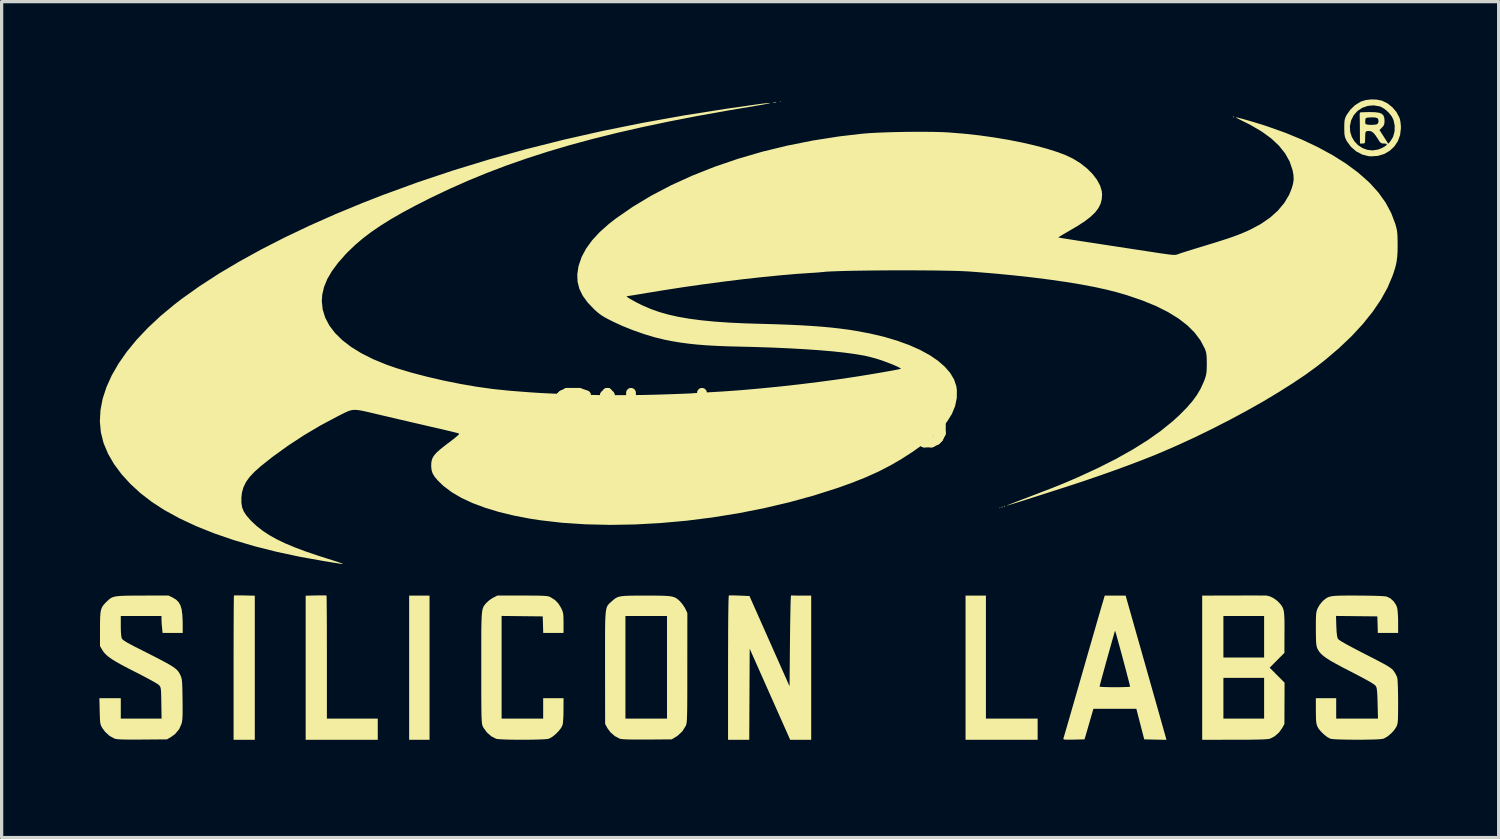
<source format=kicad_pcb>
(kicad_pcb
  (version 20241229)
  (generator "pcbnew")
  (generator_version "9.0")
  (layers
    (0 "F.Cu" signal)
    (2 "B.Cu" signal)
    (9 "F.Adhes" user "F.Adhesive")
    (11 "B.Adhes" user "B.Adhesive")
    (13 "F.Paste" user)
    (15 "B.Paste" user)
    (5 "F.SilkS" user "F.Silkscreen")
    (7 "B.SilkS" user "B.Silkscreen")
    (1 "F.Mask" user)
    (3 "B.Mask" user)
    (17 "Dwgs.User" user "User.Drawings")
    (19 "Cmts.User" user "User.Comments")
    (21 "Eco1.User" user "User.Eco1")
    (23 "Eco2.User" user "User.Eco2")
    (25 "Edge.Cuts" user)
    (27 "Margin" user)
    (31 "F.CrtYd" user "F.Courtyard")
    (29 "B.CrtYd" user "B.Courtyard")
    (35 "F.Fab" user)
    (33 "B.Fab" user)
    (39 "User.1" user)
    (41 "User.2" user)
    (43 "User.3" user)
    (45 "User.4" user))
  (footprint "SilabsLogo"
    (layer "F.Cu")
    (at 19.94 9.838)
    (property "Reference" "SilabsLogo" (at 0 0 0) (layer "F.SilkS") (effects (font (size 1.524 1.524) (thickness 0.3))))
    (attr board_only exclude_from_pos_files exclude_from_bom)
    (fp_poly (pts (xy -9.811 9.811) (xy -10.436 9.811) (xy -10.436 5.387) (xy -9.811 5.387)) (stroke (width 0) (type solid)) (fill yes) (layer "F.SilkS"))
    (fp_poly (pts (xy 0.963 -9.772) (xy 0.95 -9.759) (xy 0.937 -9.772) (xy 0.95 -9.785)) (stroke (width 0) (type solid)) (fill yes) (layer "F.SilkS"))
    (fp_poly (pts (xy 7.703 2.694) (xy 7.69 2.707) (xy 7.677 2.694) (xy 7.69 2.681)) (stroke (width 0) (type solid)) (fill yes) (layer "F.SilkS"))
    (fp_poly (pts (xy 7.261 9.161) (xy 8.848 9.161) (xy 8.848 9.811) (xy 6.636 9.811) (xy 6.636 5.387) (xy 7.261 5.387)) (stroke (width 0) (type solid)) (fill yes) (layer "F.SilkS"))
    (fp_poly (pts (xy 7.773 2.663) (xy 7.769 2.679) (xy 7.755 2.681) (xy 7.734 2.671) (xy 7.738 2.663) (xy 7.769 2.66)) (stroke (width 0) (type solid)) (fill yes) (layer "F.SilkS"))
    (fp_poly (pts (xy 7.851 2.637) (xy 7.847 2.653) (xy 7.833 2.655) (xy 7.812 2.645) (xy 7.816 2.637) (xy 7.847 2.634)) (stroke (width 0) (type solid)) (fill yes) (layer "F.SilkS"))
    (fp_poly (pts (xy 14.877 -9.308) (xy 14.874 -9.293) (xy 14.86 -9.291) (xy 14.839 -9.3) (xy 14.843 -9.308) (xy 14.874 -9.311)) (stroke (width 0) (type solid)) (fill yes) (layer "F.SilkS"))
    (fp_poly (pts (xy 0.826 -9.751) (xy 0.834 -9.744) (xy 0.798 -9.739) (xy 0.781 -9.739) (xy 0.733 -9.742) (xy 0.728 -9.749) (xy 0.735 -9.751) (xy 0.801 -9.755)) (stroke (width 0) (type solid)) (fill yes) (layer "F.SilkS"))
    (fp_poly (pts (xy -15.612 5.38) (xy -15.49 5.382) (xy -15.487 5.382) (xy -15.172 5.39) (xy -15.172 9.811) (xy -15.823 9.811) (xy -15.823 7.604) (xy -15.823 7.269) (xy -15.822 6.95) (xy -15.822 6.65) (xy -15.821 6.372) (xy -15.82 6.121) (xy -15.819 5.901) (xy -15.818 5.715) (xy -15.816 5.566) (xy -15.815 5.46) (xy -15.813 5.398) (xy -15.812 5.385) (xy -15.784 5.381) (xy -15.713 5.38)) (stroke (width 0) (type solid)) (fill yes) (layer "F.SilkS"))
    (fp_poly (pts (xy -13.001 5.381) (xy -12.971 5.385) (xy -12.971 5.385) (xy -12.969 5.412) (xy -12.968 5.487) (xy -12.966 5.606) (xy -12.965 5.765) (xy -12.963 5.959) (xy -12.962 6.184) (xy -12.961 6.437) (xy -12.961 6.713) (xy -12.96 7.008) (xy -12.96 7.278) (xy -12.96 9.161) (xy -11.399 9.161) (xy -11.399 9.811) (xy -13.611 9.811) (xy -13.611 5.39) (xy -13.296 5.382) (xy -13.174 5.38) (xy -13.072 5.38)) (stroke (width 0) (type solid)) (fill yes) (layer "F.SilkS"))
    (fp_poly (pts (xy -0.515 5.38) (xy -0.41 5.383) (xy -0.297 5.387) (xy 0.006 5.4) (xy 0.621 6.785) (xy 1.236 8.17) (xy 1.249 6.772) (xy 1.252 6.508) (xy 1.255 6.26) (xy 1.259 6.034) (xy 1.263 5.834) (xy 1.267 5.664) (xy 1.271 5.53) (xy 1.276 5.436) (xy 1.28 5.387) (xy 1.282 5.381) (xy 1.314 5.383) (xy 1.387 5.385) (xy 1.49 5.387) (xy 1.601 5.387) (xy 1.9 5.387) (xy 1.9 9.811) (xy 1.255 9.811) (xy 0.634 8.414) (xy 0.013 7.017) (xy 0.006 8.414) (xy -0.000452 9.811) (xy -0.651 9.811) (xy -0.651 7.601) (xy -0.65 7.177) (xy -0.649 6.794) (xy -0.648 6.455) (xy -0.646 6.16) (xy -0.643 5.91) (xy -0.64 5.708) (xy -0.637 5.553) (xy -0.633 5.447) (xy -0.628 5.391) (xy -0.625 5.383) (xy -0.59 5.38)) (stroke (width 0) (type solid)) (fill yes) (layer "F.SilkS"))
    (fp_poly (pts (xy 15.466 5.383) (xy 15.624 5.384) (xy 15.75 5.384) (xy 15.835 5.385) (xy 15.875 5.386) (xy 15.982 5.413) (xy 16.099 5.473) (xy 16.209 5.556) (xy 16.253 5.6) (xy 16.304 5.658) (xy 16.343 5.711) (xy 16.373 5.768) (xy 16.395 5.834) (xy 16.409 5.918) (xy 16.417 6.027) (xy 16.422 6.167) (xy 16.423 6.347) (xy 16.422 6.516) (xy 16.42 7.144) (xy 15.967 7.599) (xy 16.425 8.059) (xy 16.42 9.326) (xy 16.35 9.453) (xy 16.251 9.59) (xy 16.122 9.703) (xy 15.984 9.775) (xy 15.944 9.784) (xy 15.879 9.792) (xy 15.785 9.798) (xy 15.658 9.803) (xy 15.494 9.806) (xy 15.288 9.809) (xy 15.036 9.81) (xy 14.893 9.81) (xy 13.897 9.811) (xy 13.897 9.161) (xy 14.548 9.161) (xy 15.797 9.161) (xy 15.797 7.911) (xy 14.548 7.911) (xy 14.548 9.161) (xy 13.897 9.161) (xy 13.897 7.287) (xy 14.548 7.287) (xy 15.797 7.287) (xy 15.797 6.012) (xy 14.548 6.012) (xy 14.548 7.287) (xy 13.897 7.287) (xy 13.897 5.387) (xy 14.854 5.384) (xy 15.074 5.384) (xy 15.28 5.383)) (stroke (width 0) (type solid)) (fill yes) (layer "F.SilkS"))
    (fp_poly (pts (xy -2.939 5.387) (xy -2.749 5.389) (xy -2.598 5.393) (xy -2.48 5.401) (xy -2.389 5.413) (xy -2.318 5.431) (xy -2.261 5.455) (xy -2.211 5.487) (xy -2.162 5.529) (xy -2.124 5.564) (xy -2.052 5.648) (xy -1.984 5.749) (xy -1.962 5.79) (xy -1.9 5.921) (xy -1.901 7.599) (xy -1.901 7.938) (xy -1.901 8.228) (xy -1.902 8.474) (xy -1.903 8.68) (xy -1.904 8.85) (xy -1.907 8.988) (xy -1.91 9.097) (xy -1.913 9.182) (xy -1.918 9.247) (xy -1.924 9.296) (xy -1.931 9.332) (xy -1.939 9.36) (xy -1.948 9.382) (xy -2.053 9.551) (xy -2.197 9.686) (xy -2.26 9.727) (xy -2.381 9.798) (xy -3.136 9.804) (xy -3.387 9.804) (xy -3.589 9.803) (xy -3.746 9.8) (xy -3.861 9.794) (xy -3.937 9.786) (xy -3.974 9.778) (xy -4.122 9.7) (xy -4.252 9.589) (xy -4.349 9.461) (xy -4.352 9.456) (xy -4.423 9.325) (xy -4.423 9.161) (xy -3.8 9.161) (xy -2.524 9.161) (xy -2.524 6.012) (xy -3.8 6.012) (xy -3.8 9.161) (xy -4.423 9.161) (xy -4.425 7.591) (xy -4.425 7.238) (xy -4.425 6.932) (xy -4.425 6.671) (xy -4.424 6.451) (xy -4.422 6.267) (xy -4.418 6.115) (xy -4.411 5.993) (xy -4.403 5.895) (xy -4.391 5.818) (xy -4.376 5.758) (xy -4.357 5.711) (xy -4.334 5.674) (xy -4.307 5.642) (xy -4.275 5.611) (xy -4.237 5.578) (xy -4.215 5.558) (xy -4.162 5.512) (xy -4.113 5.474) (xy -4.063 5.445) (xy -4.004 5.423) (xy -3.93 5.408) (xy -3.835 5.397) (xy -3.712 5.391) (xy -3.555 5.388) (xy -3.358 5.387) (xy -3.175 5.387)) (stroke (width 0) (type solid)) (fill yes) (layer "F.SilkS"))
    (fp_poly (pts (xy -6.959 5.385) (xy -6.734 5.386) (xy -6.554 5.387) (xy -6.415 5.39) (xy -6.31 5.394) (xy -6.232 5.4) (xy -6.177 5.407) (xy -6.137 5.418) (xy -6.109 5.43) (xy -5.965 5.519) (xy -5.859 5.627) (xy -5.778 5.758) (xy -5.744 5.829) (xy -5.722 5.89) (xy -5.708 5.954) (xy -5.702 6.035) (xy -5.7 6.148) (xy -5.699 6.224) (xy -5.699 6.532) (xy -6.322 6.532) (xy -6.33 6.278) (xy -6.337 6.025) (xy -6.968 6.018) (xy -7.599 6.011) (xy -7.599 9.161) (xy -6.324 9.161) (xy -6.324 8.536) (xy -5.699 8.536) (xy -5.7 8.894) (xy -5.702 9.035) (xy -5.707 9.166) (xy -5.716 9.275) (xy -5.726 9.346) (xy -5.728 9.354) (xy -5.771 9.444) (xy -5.848 9.544) (xy -5.944 9.641) (xy -6.046 9.722) (xy -6.142 9.774) (xy -6.158 9.78) (xy -6.216 9.789) (xy -6.317 9.797) (xy -6.452 9.802) (xy -6.612 9.807) (xy -6.788 9.809) (xy -6.973 9.81) (xy -7.157 9.809) (xy -7.332 9.807) (xy -7.49 9.802) (xy -7.62 9.796) (xy -7.716 9.789) (xy -7.768 9.78) (xy -7.916 9.703) (xy -8.049 9.587) (xy -8.153 9.445) (xy -8.173 9.408) (xy -8.183 9.385) (xy -8.191 9.359) (xy -8.198 9.326) (xy -8.204 9.281) (xy -8.209 9.222) (xy -8.213 9.143) (xy -8.217 9.041) (xy -8.219 8.912) (xy -8.221 8.752) (xy -8.222 8.558) (xy -8.223 8.324) (xy -8.223 8.048) (xy -8.223 7.725) (xy -8.223 7.596) (xy -8.223 7.246) (xy -8.223 6.945) (xy -8.223 6.687) (xy -8.222 6.47) (xy -8.219 6.289) (xy -8.215 6.141) (xy -8.21 6.02) (xy -8.202 5.925) (xy -8.192 5.849) (xy -8.179 5.791) (xy -8.163 5.745) (xy -8.144 5.707) (xy -8.122 5.675) (xy -8.095 5.643) (xy -8.064 5.608) (xy -8.064 5.608) (xy -7.989 5.539) (xy -7.896 5.473) (xy -7.853 5.449) (xy -7.725 5.384)) (stroke (width 0) (type solid)) (fill yes) (layer "F.SilkS"))
    (fp_poly (pts (xy 11.72 5.992) (xy 11.779 6.201) (xy 11.845 6.435) (xy 11.917 6.688) (xy 11.994 6.957) (xy 12.073 7.236) (xy 12.154 7.521) (xy 12.235 7.808) (xy 12.315 8.091) (xy 12.393 8.366) (xy 12.467 8.628) (xy 12.536 8.872) (xy 12.599 9.095) (xy 12.654 9.291) (xy 12.701 9.455) (xy 12.737 9.584) (xy 12.762 9.672) (xy 12.774 9.714) (xy 12.774 9.714) (xy 12.8 9.813) (xy 12.46 9.806) (xy 12.119 9.798) (xy 11.998 9.33) (xy 11.877 8.861) (xy 10.559 8.861) (xy 10.423 9.33) (xy 10.287 9.798) (xy 9.956 9.806) (xy 9.82 9.808) (xy 9.728 9.808) (xy 9.672 9.804) (xy 9.644 9.795) (xy 9.637 9.781) (xy 9.64 9.767) (xy 9.657 9.709) (xy 9.687 9.607) (xy 9.73 9.461) (xy 9.785 9.269) (xy 9.854 9.031) (xy 9.936 8.747) (xy 10.032 8.414) (xy 10.1 8.178) (xy 10.748 8.178) (xy 10.773 8.184) (xy 10.841 8.19) (xy 10.945 8.194) (xy 11.077 8.197) (xy 11.217 8.198) (xy 11.366 8.197) (xy 11.496 8.194) (xy 11.598 8.191) (xy 11.664 8.186) (xy 11.685 8.181) (xy 11.679 8.149) (xy 11.661 8.075) (xy 11.633 7.966) (xy 11.597 7.83) (xy 11.556 7.672) (xy 11.51 7.5) (xy 11.463 7.322) (xy 11.415 7.144) (xy 11.368 6.972) (xy 11.325 6.815) (xy 11.287 6.678) (xy 11.257 6.57) (xy 11.235 6.496) (xy 11.224 6.465) (xy 11.224 6.464) (xy 11.215 6.491) (xy 11.194 6.56) (xy 11.164 6.666) (xy 11.126 6.8) (xy 11.082 6.956) (xy 11.034 7.128) (xy 10.984 7.306) (xy 10.934 7.486) (xy 10.887 7.659) (xy 10.843 7.818) (xy 10.805 7.956) (xy 10.776 8.067) (xy 10.756 8.143) (xy 10.748 8.177) (xy 10.748 8.178) (xy 10.1 8.178) (xy 10.141 8.034) (xy 10.265 7.604) (xy 10.318 7.417) (xy 10.4 7.132) (xy 10.48 6.856) (xy 10.555 6.594) (xy 10.625 6.352) (xy 10.687 6.135) (xy 10.742 5.947) (xy 10.787 5.793) (xy 10.82 5.678) (xy 10.841 5.608) (xy 10.843 5.602) (xy 10.907 5.387) (xy 11.548 5.387)) (stroke (width 0) (type solid)) (fill yes) (layer "F.SilkS"))
    (fp_poly (pts (xy -17.686 5.45) (xy -17.587 5.511) (xy -17.511 5.586) (xy -17.455 5.684) (xy -17.417 5.811) (xy -17.395 5.973) (xy -17.385 6.177) (xy -17.385 6.265) (xy -17.384 6.532) (xy -18.002 6.532) (xy -18.018 6.372) (xy -18.028 6.266) (xy -18.034 6.165) (xy -18.035 6.112) (xy -18.035 6.012) (xy -19.284 6.012) (xy -19.284 6.323) (xy -19.282 6.465) (xy -19.274 6.584) (xy -19.263 6.669) (xy -19.254 6.701) (xy -19.231 6.731) (xy -19.185 6.768) (xy -19.109 6.816) (xy -19 6.877) (xy -18.852 6.955) (xy -18.727 7.018) (xy -18.463 7.151) (xy -18.242 7.264) (xy -18.058 7.359) (xy -17.91 7.438) (xy -17.791 7.505) (xy -17.697 7.562) (xy -17.626 7.612) (xy -17.571 7.658) (xy -17.53 7.702) (xy -17.499 7.746) (xy -17.472 7.794) (xy -17.453 7.833) (xy -17.435 7.875) (xy -17.421 7.919) (xy -17.411 7.973) (xy -17.403 8.045) (xy -17.398 8.142) (xy -17.394 8.271) (xy -17.391 8.441) (xy -17.389 8.568) (xy -17.387 8.777) (xy -17.387 8.942) (xy -17.389 9.069) (xy -17.394 9.167) (xy -17.403 9.242) (xy -17.415 9.302) (xy -17.421 9.323) (xy -17.496 9.49) (xy -17.615 9.632) (xy -17.744 9.727) (xy -17.866 9.798) (xy -18.621 9.804) (xy -18.854 9.806) (xy -19.04 9.805) (xy -19.186 9.803) (xy -19.298 9.799) (xy -19.379 9.793) (xy -19.438 9.784) (xy -19.476 9.774) (xy -19.627 9.693) (xy -19.761 9.57) (xy -19.844 9.46) (xy -19.874 9.41) (xy -19.895 9.365) (xy -19.909 9.316) (xy -19.919 9.251) (xy -19.924 9.161) (xy -19.928 9.036) (xy -19.931 8.935) (xy -19.94 8.536) (xy -19.284 8.536) (xy -19.284 9.161) (xy -18.032 9.161) (xy -18.04 8.681) (xy -18.043 8.512) (xy -18.046 8.387) (xy -18.051 8.298) (xy -18.059 8.237) (xy -18.069 8.195) (xy -18.085 8.166) (xy -18.106 8.14) (xy -18.113 8.132) (xy -18.153 8.102) (xy -18.233 8.053) (xy -18.346 7.989) (xy -18.486 7.913) (xy -18.645 7.829) (xy -18.816 7.742) (xy -18.818 7.741) (xy -19.062 7.616) (xy -19.264 7.51) (xy -19.428 7.417) (xy -19.559 7.337) (xy -19.661 7.264) (xy -19.74 7.196) (xy -19.8 7.131) (xy -19.846 7.064) (xy -19.848 7.061) (xy -19.922 6.936) (xy -19.922 6.402) (xy -19.921 6.202) (xy -19.917 6.046) (xy -19.908 5.925) (xy -19.892 5.832) (xy -19.866 5.758) (xy -19.829 5.694) (xy -19.778 5.633) (xy -19.712 5.566) (xy -19.709 5.564) (xy -19.659 5.517) (xy -19.613 5.48) (xy -19.564 5.45) (xy -19.505 5.428) (xy -19.432 5.411) (xy -19.337 5.4) (xy -19.215 5.393) (xy -19.059 5.389) (xy -18.864 5.387) (xy -18.623 5.386) (xy -18.619 5.386) (xy -17.819 5.385)) (stroke (width 0) (type solid)) (fill yes) (layer "F.SilkS"))
    (fp_poly (pts (xy 18.67 5.386) (xy 18.899 5.388) (xy 19.104 5.391) (xy 19.278 5.396) (xy 19.416 5.402) (xy 19.513 5.41) (xy 19.557 5.417) (xy 19.67 5.471) (xy 19.772 5.563) (xy 19.848 5.678) (xy 19.879 5.76) (xy 19.891 5.833) (xy 19.9 5.943) (xy 19.907 6.074) (xy 19.909 6.205) (xy 19.909 6.532) (xy 19.286 6.532) (xy 19.279 6.278) (xy 19.271 6.025) (xy 18.637 6.018) (xy 18.003 6.011) (xy 18.013 6.333) (xy 18.021 6.493) (xy 18.033 6.608) (xy 18.049 6.684) (xy 18.064 6.717) (xy 18.101 6.749) (xy 18.184 6.802) (xy 18.311 6.875) (xy 18.483 6.968) (xy 18.696 7.08) (xy 18.895 7.183) (xy 19.112 7.293) (xy 19.287 7.384) (xy 19.425 7.457) (xy 19.532 7.516) (xy 19.613 7.564) (xy 19.673 7.604) (xy 19.716 7.638) (xy 19.749 7.67) (xy 19.771 7.697) (xy 19.826 7.782) (xy 19.869 7.87) (xy 19.882 7.906) (xy 19.889 7.96) (xy 19.896 8.058) (xy 19.902 8.193) (xy 19.906 8.356) (xy 19.908 8.54) (xy 19.909 8.651) (xy 19.908 8.854) (xy 19.907 9.011) (xy 19.905 9.131) (xy 19.901 9.22) (xy 19.894 9.286) (xy 19.884 9.335) (xy 19.871 9.375) (xy 19.855 9.412) (xy 19.788 9.515) (xy 19.692 9.619) (xy 19.584 9.708) (xy 19.478 9.769) (xy 19.447 9.78) (xy 19.389 9.789) (xy 19.288 9.797) (xy 19.153 9.803) (xy 18.992 9.806) (xy 18.814 9.809) (xy 18.629 9.809) (xy 18.443 9.808) (xy 18.267 9.805) (xy 18.109 9.801) (xy 17.977 9.795) (xy 17.881 9.787) (xy 17.831 9.778) (xy 17.745 9.734) (xy 17.646 9.659) (xy 17.55 9.568) (xy 17.471 9.473) (xy 17.433 9.408) (xy 17.414 9.356) (xy 17.4 9.294) (xy 17.391 9.211) (xy 17.387 9.097) (xy 17.385 8.943) (xy 17.385 8.92) (xy 17.384 8.536) (xy 18.009 8.536) (xy 18.009 9.161) (xy 19.291 9.161) (xy 19.279 8.691) (xy 19.274 8.52) (xy 19.268 8.393) (xy 19.261 8.302) (xy 19.252 8.239) (xy 19.24 8.195) (xy 19.223 8.162) (xy 19.215 8.151) (xy 19.173 8.115) (xy 19.086 8.058) (xy 18.953 7.981) (xy 18.773 7.884) (xy 18.546 7.765) (xy 18.451 7.716) (xy 18.21 7.592) (xy 18.013 7.486) (xy 17.852 7.396) (xy 17.726 7.317) (xy 17.627 7.247) (xy 17.552 7.182) (xy 17.496 7.12) (xy 17.455 7.057) (xy 17.433 7.015) (xy 17.416 6.971) (xy 17.404 6.92) (xy 17.395 6.852) (xy 17.39 6.761) (xy 17.387 6.637) (xy 17.385 6.472) (xy 17.385 6.402) (xy 17.385 6.225) (xy 17.387 6.092) (xy 17.391 5.993) (xy 17.397 5.921) (xy 17.408 5.865) (xy 17.423 5.818) (xy 17.443 5.77) (xy 17.446 5.764) (xy 17.502 5.669) (xy 17.573 5.579) (xy 17.606 5.546) (xy 17.658 5.502) (xy 17.705 5.467) (xy 17.755 5.439) (xy 17.814 5.419) (xy 17.888 5.404) (xy 17.983 5.394) (xy 18.105 5.389) (xy 18.262 5.386) (xy 18.458 5.385)) (stroke (width 0) (type solid)) (fill yes) (layer "F.SilkS"))
    (fp_poly (pts (xy 19.255 -9.832) (xy 19.411 -9.799) (xy 19.416 -9.797) (xy 19.583 -9.716) (xy 19.734 -9.596) (xy 19.858 -9.449) (xy 19.945 -9.286) (xy 19.965 -9.227) (xy 19.981 -9.143) (xy 19.992 -9.034) (xy 19.994 -8.952) (xy 19.969 -8.743) (xy 19.9 -8.555) (xy 19.792 -8.393) (xy 19.65 -8.261) (xy 19.481 -8.163) (xy 19.289 -8.105) (xy 19.08 -8.091) (xy 18.993 -8.098) (xy 18.8 -8.149) (xy 18.622 -8.244) (xy 18.465 -8.38) (xy 18.34 -8.548) (xy 18.318 -8.588) (xy 18.288 -8.652) (xy 18.27 -8.716) (xy 18.26 -8.796) (xy 18.257 -8.907) (xy 18.256 -8.965) (xy 18.257 -9.015) (xy 18.429 -9.015) (xy 18.438 -8.845) (xy 18.487 -8.688) (xy 18.57 -8.549) (xy 18.681 -8.433) (xy 18.815 -8.345) (xy 18.966 -8.29) (xy 19.128 -8.273) (xy 19.295 -8.299) (xy 19.415 -8.347) (xy 19.512 -8.402) (xy 19.559 -8.444) (xy 19.556 -8.471) (xy 19.504 -8.483) (xy 19.474 -8.484) (xy 19.416 -8.488) (xy 19.375 -8.505) (xy 19.337 -8.548) (xy 19.289 -8.624) (xy 19.21 -8.743) (xy 19.142 -8.82) (xy 19.078 -8.86) (xy 19.009 -8.871) (xy 18.994 -8.87) (xy 18.95 -8.864) (xy 18.922 -8.851) (xy 18.907 -8.821) (xy 18.9 -8.761) (xy 18.897 -8.663) (xy 18.897 -8.634) (xy 18.894 -8.55) (xy 18.885 -8.505) (xy 18.863 -8.487) (xy 18.822 -8.484) (xy 18.816 -8.484) (xy 18.738 -8.484) (xy 18.736 -8.868) (xy 18.735 -9.012) (xy 18.733 -9.133) (xy 18.9 -9.133) (xy 18.906 -9.089) (xy 18.937 -9.071) (xy 19.003 -9.06) (xy 19.087 -9.056) (xy 19.172 -9.06) (xy 19.243 -9.071) (xy 19.279 -9.088) (xy 19.307 -9.147) (xy 19.303 -9.216) (xy 19.273 -9.263) (xy 19.225 -9.28) (xy 19.138 -9.287) (xy 19.072 -9.286) (xy 18.983 -9.28) (xy 18.933 -9.271) (xy 18.91 -9.251) (xy 18.903 -9.214) (xy 18.901 -9.2) (xy 18.9 -9.133) (xy 18.733 -9.133) (xy 18.733 -9.144) (xy 18.732 -9.252) (xy 18.73 -9.324) (xy 18.729 -9.339) (xy 18.731 -9.401) (xy 18.74 -9.435) (xy 18.742 -9.436) (xy 18.773 -9.441) (xy 18.845 -9.445) (xy 18.946 -9.448) (xy 19.032 -9.449) (xy 19.2 -9.445) (xy 19.323 -9.429) (xy 19.407 -9.397) (xy 19.459 -9.344) (xy 19.485 -9.268) (xy 19.492 -9.178) (xy 19.486 -9.091) (xy 19.462 -9.03) (xy 19.415 -8.976) (xy 19.338 -8.899) (xy 19.607 -8.476) (xy 19.676 -8.559) (xy 19.757 -8.695) (xy 19.8 -8.857) (xy 19.804 -9.033) (xy 19.766 -9.211) (xy 19.709 -9.323) (xy 19.617 -9.436) (xy 19.506 -9.535) (xy 19.391 -9.606) (xy 19.343 -9.624) (xy 19.158 -9.655) (xy 18.978 -9.639) (xy 18.811 -9.581) (xy 18.665 -9.485) (xy 18.547 -9.354) (xy 18.466 -9.193) (xy 18.466 -9.192) (xy 18.429 -9.015) (xy 18.257 -9.015) (xy 18.258 -9.091) (xy 18.264 -9.18) (xy 18.278 -9.247) (xy 18.302 -9.309) (xy 18.326 -9.356) (xy 18.44 -9.52) (xy 18.589 -9.663) (xy 18.759 -9.768) (xy 18.764 -9.77) (xy 18.91 -9.817) (xy 19.081 -9.838)) (stroke (width 0) (type solid)) (fill yes) (layer "F.SilkS"))
    (fp_poly (pts (xy 0.639 -9.725) (xy 0.601 -9.714) (xy 0.515 -9.696) (xy 0.384 -9.672) (xy 0.23 -9.646) (xy -0.719 -9.486) (xy -1.619 -9.324) (xy -2.473 -9.158) (xy -3.284 -8.987) (xy -4.057 -8.811) (xy -4.793 -8.628) (xy -5.496 -8.438) (xy -6.17 -8.239) (xy -6.817 -8.031) (xy -7.441 -7.813) (xy -8.045 -7.584) (xy -8.631 -7.343) (xy -9.204 -7.089) (xy -9.766 -6.821) (xy -9.798 -6.806) (xy -10.241 -6.581) (xy -10.638 -6.368) (xy -10.994 -6.164) (xy -11.313 -5.965) (xy -11.599 -5.769) (xy -11.858 -5.572) (xy -12.093 -5.372) (xy -12.308 -5.166) (xy -12.381 -5.092) (xy -12.617 -4.824) (xy -12.806 -4.569) (xy -12.949 -4.324) (xy -13.047 -4.085) (xy -13.102 -3.85) (xy -13.116 -3.652) (xy -13.089 -3.393) (xy -13.012 -3.143) (xy -12.886 -2.902) (xy -12.711 -2.671) (xy -12.488 -2.452) (xy -12.218 -2.244) (xy -11.902 -2.049) (xy -11.542 -1.868) (xy -11.137 -1.701) (xy -10.824 -1.592) (xy -10.374 -1.456) (xy -9.887 -1.329) (xy -9.378 -1.211) (xy -8.86 -1.107) (xy -8.346 -1.019) (xy -7.849 -0.95) (xy -7.385 -0.902) (xy -7.352 -0.899) (xy -7.135 -0.882) (xy -6.96 -0.868) (xy -6.816 -0.857) (xy -6.695 -0.848) (xy -6.587 -0.841) (xy -6.484 -0.834) (xy -6.376 -0.828) (xy -6.254 -0.822) (xy -6.11 -0.815) (xy -5.933 -0.807) (xy -5.714 -0.797) (xy -5.673 -0.795) (xy -5.327 -0.781) (xy -4.941 -0.772) (xy -4.529 -0.765) (xy -4.103 -0.763) (xy -3.677 -0.764) (xy -3.263 -0.769) (xy -2.875 -0.778) (xy -2.839 -0.779) (xy -2.614 -0.786) (xy -2.402 -0.793) (xy -2.209 -0.8) (xy -2.042 -0.806) (xy -1.907 -0.812) (xy -1.81 -0.816) (xy -1.759 -0.819) (xy -1.759 -0.819) (xy -1.691 -0.825) (xy -1.586 -0.831) (xy -1.458 -0.839) (xy -1.327 -0.846) (xy -0.814 -0.876) (xy -0.262 -0.916) (xy 0.319 -0.967) (xy 0.916 -1.026) (xy 1.519 -1.093) (xy 2.115 -1.166) (xy 2.695 -1.244) (xy 3.015 -1.291) (xy 3.208 -1.32) (xy 3.412 -1.352) (xy 3.619 -1.386) (xy 3.824 -1.42) (xy 4.021 -1.453) (xy 4.202 -1.485) (xy 4.361 -1.513) (xy 4.492 -1.538) (xy 4.588 -1.557) (xy 4.643 -1.57) (xy 4.653 -1.574) (xy 4.638 -1.59) (xy 4.583 -1.62) (xy 4.496 -1.661) (xy 4.386 -1.708) (xy 4.262 -1.757) (xy 4.131 -1.806) (xy 4.038 -1.839) (xy 3.89 -1.885) (xy 3.725 -1.93) (xy 3.569 -1.967) (xy 3.512 -1.979) (xy 3.242 -2.025) (xy 2.924 -2.068) (xy 2.56 -2.107) (xy 2.154 -2.142) (xy 1.709 -2.173) (xy 1.229 -2.2) (xy 0.716 -2.223) (xy 0.174 -2.241) (xy -0.234 -2.251) (xy -0.637 -2.261) (xy -0.995 -2.275) (xy -1.315 -2.293) (xy -1.607 -2.316) (xy -1.875 -2.345) (xy -2.129 -2.379) (xy -2.375 -2.421) (xy -2.589 -2.463) (xy -2.895 -2.537) (xy -3.224 -2.636) (xy -3.559 -2.753) (xy -3.882 -2.882) (xy -4.155 -3.007) (xy -4.312 -3.086) (xy -4.433 -3.15) (xy -4.529 -3.209) (xy -4.612 -3.269) (xy -4.693 -3.337) (xy -4.76 -3.398) (xy -4.961 -3.609) (xy -5.111 -3.816) (xy -5.213 -4.025) (xy -5.268 -4.241) (xy -5.277 -4.466) (xy -5.242 -4.706) (xy -5.231 -4.75) (xy -5.141 -5.009) (xy -5.004 -5.264) (xy -4.82 -5.517) (xy -4.587 -5.769) (xy -4.303 -6.021) (xy -4.108 -6.173) (xy -3.581 -6.539) (xy -3.01 -6.883) (xy -2.397 -7.204) (xy -1.747 -7.5) (xy -1.063 -7.771) (xy -0.348 -8.015) (xy 0.395 -8.232) (xy 1.162 -8.419) (xy 1.949 -8.576) (xy 2.754 -8.702) (xy 3.461 -8.785) (xy 3.66 -8.801) (xy 3.9 -8.815) (xy 4.172 -8.826) (xy 4.466 -8.835) (xy 4.771 -8.841) (xy 5.077 -8.844) (xy 5.374 -8.844) (xy 5.652 -8.841) (xy 5.9 -8.835) (xy 6.109 -8.825) (xy 6.117 -8.824) (xy 6.576 -8.787) (xy 7.039 -8.737) (xy 7.497 -8.673) (xy 7.944 -8.599) (xy 8.372 -8.514) (xy 8.775 -8.421) (xy 9.146 -8.321) (xy 9.477 -8.215) (xy 9.706 -8.128) (xy 9.946 -8.013) (xy 10.168 -7.874) (xy 10.365 -7.718) (xy 10.533 -7.549) (xy 10.668 -7.373) (xy 10.764 -7.195) (xy 10.817 -7.02) (xy 10.826 -6.921) (xy 10.815 -6.771) (xy 10.778 -6.632) (xy 10.711 -6.5) (xy 10.613 -6.371) (xy 10.478 -6.241) (xy 10.304 -6.106) (xy 10.086 -5.963) (xy 9.84 -5.818) (xy 9.718 -5.747) (xy 9.614 -5.686) (xy 9.536 -5.639) (xy 9.491 -5.609) (xy 9.484 -5.602) (xy 9.493 -5.599) (xy 9.521 -5.594) (xy 9.569 -5.586) (xy 9.639 -5.574) (xy 9.736 -5.559) (xy 9.86 -5.539) (xy 10.014 -5.515) (xy 10.201 -5.486) (xy 10.423 -5.452) (xy 10.684 -5.412) (xy 10.984 -5.366) (xy 11.328 -5.313) (xy 11.716 -5.254) (xy 12.153 -5.187) (xy 12.378 -5.153) (xy 12.584 -5.121) (xy 12.746 -5.098) (xy 12.869 -5.081) (xy 12.96 -5.071) (xy 13.027 -5.067) (xy 13.075 -5.068) (xy 13.112 -5.074) (xy 13.144 -5.085) (xy 13.153 -5.088) (xy 13.202 -5.106) (xy 13.294 -5.137) (xy 13.421 -5.177) (xy 13.575 -5.225) (xy 13.749 -5.279) (xy 13.935 -5.335) (xy 13.943 -5.338) (xy 14.229 -5.425) (xy 14.471 -5.501) (xy 14.678 -5.568) (xy 14.857 -5.63) (xy 15.015 -5.689) (xy 15.159 -5.747) (xy 15.297 -5.808) (xy 15.372 -5.842) (xy 15.697 -6.016) (xy 15.981 -6.211) (xy 16.221 -6.427) (xy 16.416 -6.661) (xy 16.565 -6.911) (xy 16.64 -7.096) (xy 16.685 -7.251) (xy 16.704 -7.383) (xy 16.698 -7.514) (xy 16.67 -7.667) (xy 16.669 -7.671) (xy 16.58 -7.933) (xy 16.441 -8.182) (xy 16.252 -8.419) (xy 16.012 -8.643) (xy 15.722 -8.854) (xy 15.381 -9.053) (xy 15.216 -9.137) (xy 15.103 -9.192) (xy 15.012 -9.239) (xy 14.95 -9.272) (xy 14.926 -9.289) (xy 14.927 -9.29) (xy 14.97 -9.283) (xy 15.053 -9.263) (xy 15.169 -9.231) (xy 15.309 -9.191) (xy 15.464 -9.146) (xy 15.626 -9.096) (xy 15.787 -9.046) (xy 15.888 -9.013) (xy 16.441 -8.817) (xy 16.963 -8.602) (xy 17.45 -8.371) (xy 17.9 -8.126) (xy 18.31 -7.868) (xy 18.674 -7.598) (xy 18.991 -7.32) (xy 19.039 -7.274) (xy 19.307 -6.977) (xy 19.526 -6.67) (xy 19.697 -6.35) (xy 19.822 -6.019) (xy 19.849 -5.923) (xy 19.869 -5.838) (xy 19.881 -5.751) (xy 19.889 -5.648) (xy 19.892 -5.516) (xy 19.894 -5.387) (xy 19.892 -5.177) (xy 19.881 -5.003) (xy 19.86 -4.847) (xy 19.825 -4.694) (xy 19.774 -4.528) (xy 19.736 -4.42) (xy 19.582 -4.057) (xy 19.377 -3.689) (xy 19.125 -3.318) (xy 18.826 -2.946) (xy 18.482 -2.574) (xy 18.094 -2.205) (xy 17.666 -1.841) (xy 17.417 -1.646) (xy 17.061 -1.387) (xy 16.661 -1.119) (xy 16.223 -0.843) (xy 15.755 -0.563) (xy 15.261 -0.284) (xy 14.749 -0.009) (xy 14.225 0.26) (xy 13.695 0.519) (xy 13.165 0.763) (xy 12.643 0.991) (xy 12.362 1.107) (xy 12.002 1.248) (xy 11.603 1.399) (xy 11.174 1.556) (xy 10.726 1.714) (xy 10.27 1.87) (xy 9.816 2.02) (xy 9.655 2.072) (xy 9.309 2.183) (xy 9.009 2.279) (xy 8.753 2.361) (xy 8.537 2.43) (xy 8.358 2.487) (xy 8.214 2.533) (xy 8.1 2.568) (xy 8.015 2.594) (xy 7.955 2.612) (xy 7.917 2.623) (xy 7.898 2.627) (xy 7.895 2.627) (xy 7.912 2.618) (xy 7.972 2.594) (xy 8.07 2.555) (xy 8.198 2.505) (xy 8.351 2.446) (xy 8.523 2.381) (xy 8.549 2.371) (xy 8.825 2.266) (xy 9.06 2.176) (xy 9.262 2.098) (xy 9.439 2.028) (xy 9.6 1.963) (xy 9.752 1.899) (xy 9.904 1.834) (xy 10.064 1.764) (xy 10.111 1.744) (xy 10.71 1.467) (xy 11.258 1.19) (xy 11.757 0.91) (xy 12.209 0.628) (xy 12.614 0.343) (xy 12.975 0.052) (xy 13.204 -0.156) (xy 13.418 -0.373) (xy 13.593 -0.574) (xy 13.735 -0.768) (xy 13.85 -0.963) (xy 13.944 -1.169) (xy 13.965 -1.223) (xy 13.997 -1.315) (xy 14.018 -1.394) (xy 14.03 -1.478) (xy 14.036 -1.58) (xy 14.038 -1.718) (xy 14.038 -1.731) (xy 14.037 -1.873) (xy 14.031 -1.978) (xy 14.02 -2.058) (xy 14.001 -2.128) (xy 13.979 -2.186) (xy 13.847 -2.439) (xy 13.668 -2.679) (xy 13.443 -2.904) (xy 13.17 -3.115) (xy 12.849 -3.313) (xy 12.479 -3.498) (xy 12.06 -3.67) (xy 11.591 -3.829) (xy 11.301 -3.915) (xy 10.971 -3.999) (xy 10.594 -4.082) (xy 10.173 -4.161) (xy 9.713 -4.237) (xy 9.218 -4.308) (xy 8.693 -4.375) (xy 8.142 -4.436) (xy 7.568 -4.492) (xy 6.977 -4.541) (xy 6.727 -4.559) (xy 6.578 -4.567) (xy 6.388 -4.575) (xy 6.164 -4.58) (xy 5.909 -4.585) (xy 5.63 -4.589) (xy 5.333 -4.591) (xy 5.022 -4.593) (xy 4.703 -4.593) (xy 4.381 -4.593) (xy 4.063 -4.591) (xy 3.752 -4.588) (xy 3.455 -4.584) (xy 3.177 -4.58) (xy 2.923 -4.574) (xy 2.699 -4.567) (xy 2.51 -4.56) (xy 2.362 -4.552) (xy 2.26 -4.542) (xy 2.251 -4.541) (xy 2.192 -4.535) (xy 2.096 -4.527) (xy 1.98 -4.519) (xy 1.913 -4.515) (xy 1.44 -4.483) (xy 0.924 -4.438) (xy 0.373 -4.383) (xy -0.206 -4.319) (xy -0.804 -4.245) (xy -1.414 -4.164) (xy -2.029 -4.076) (xy -2.64 -3.981) (xy -3.031 -3.917) (xy -3.216 -3.886) (xy -3.385 -3.858) (xy -3.531 -3.834) (xy -3.647 -3.816) (xy -3.725 -3.804) (xy -3.759 -3.799) (xy -3.76 -3.799) (xy -3.76 -3.788) (xy -3.721 -3.758) (xy -3.651 -3.714) (xy -3.556 -3.66) (xy -3.445 -3.6) (xy -3.324 -3.54) (xy -3.266 -3.512) (xy -3.025 -3.408) (xy -2.766 -3.316) (xy -2.485 -3.236) (xy -2.178 -3.167) (xy -1.841 -3.109) (xy -1.471 -3.06) (xy -1.064 -3.02) (xy -0.615 -2.989) (xy -0.122 -2.966) (xy 0.286 -2.954) (xy 0.752 -2.941) (xy 1.172 -2.926) (xy 1.551 -2.909) (xy 1.896 -2.888) (xy 2.212 -2.865) (xy 2.505 -2.838) (xy 2.781 -2.807) (xy 3.045 -2.772) (xy 3.227 -2.744) (xy 3.696 -2.657) (xy 4.134 -2.554) (xy 4.538 -2.434) (xy 4.908 -2.3) (xy 5.241 -2.152) (xy 5.535 -1.992) (xy 5.788 -1.82) (xy 5.998 -1.637) (xy 6.164 -1.446) (xy 6.283 -1.247) (xy 6.353 -1.04) (xy 6.369 -0.926) (xy 6.367 -0.675) (xy 6.316 -0.431) (xy 6.219 -0.191) (xy 6.072 0.046) (xy 5.875 0.28) (xy 5.628 0.514) (xy 5.374 0.717) (xy 5.02 0.97) (xy 4.672 1.195) (xy 4.321 1.398) (xy 3.957 1.585) (xy 3.57 1.759) (xy 3.15 1.926) (xy 2.71 2.084) (xy 1.977 2.317) (xy 1.22 2.525) (xy 0.445 2.707) (xy -0.343 2.862) (xy -1.138 2.99) (xy -1.934 3.09) (xy -2.726 3.161) (xy -3.507 3.204) (xy -4.273 3.217) (xy -5.017 3.2) (xy -5.735 3.153) (xy -6.419 3.074) (xy -6.714 3.029) (xy -7.22 2.932) (xy -7.687 2.819) (xy -8.113 2.689) (xy -8.497 2.545) (xy -8.837 2.386) (xy -9.13 2.214) (xy -9.376 2.028) (xy -9.431 1.978) (xy -9.562 1.849) (xy -9.654 1.74) (xy -9.714 1.64) (xy -9.747 1.541) (xy -9.759 1.434) (xy -9.759 1.412) (xy -9.756 1.314) (xy -9.741 1.229) (xy -9.712 1.152) (xy -9.662 1.075) (xy -9.588 0.993) (xy -9.485 0.901) (xy -9.348 0.791) (xy -9.178 0.663) (xy -9.045 0.56) (xy -8.954 0.484) (xy -8.908 0.436) (xy -8.905 0.415) (xy -8.94 0.404) (xy -9.017 0.383) (xy -9.129 0.355) (xy -9.268 0.322) (xy -9.425 0.284) (xy -9.473 0.273) (xy -9.653 0.232) (xy -9.836 0.19) (xy -10.007 0.15) (xy -10.154 0.116) (xy -10.264 0.091) (xy -10.267 0.09) (xy -10.359 0.069) (xy -10.493 0.037) (xy -10.66 -0.001) (xy -10.85 -0.046) (xy -11.055 -0.094) (xy -11.266 -0.143) (xy -11.321 -0.156) (xy -11.544 -0.209) (xy -11.724 -0.251) (xy -11.868 -0.283) (xy -11.984 -0.303) (xy -12.079 -0.312) (xy -12.16 -0.31) (xy -12.236 -0.295) (xy -12.314 -0.268) (xy -12.401 -0.229) (xy -12.506 -0.177) (xy -12.634 -0.112) (xy -12.648 -0.105) (xy -13.151 0.163) (xy -13.659 0.464) (xy -14.157 0.79) (xy -14.629 1.131) (xy -14.98 1.409) (xy -15.177 1.584) (xy -15.331 1.747) (xy -15.444 1.905) (xy -15.521 2.064) (xy -15.567 2.231) (xy -15.583 2.38) (xy -15.583 2.542) (xy -15.561 2.679) (xy -15.511 2.805) (xy -15.429 2.93) (xy -15.309 3.067) (xy -15.266 3.112) (xy -15.106 3.26) (xy -14.927 3.4) (xy -14.726 3.532) (xy -14.497 3.66) (xy -14.237 3.785) (xy -13.94 3.909) (xy -13.604 4.035) (xy -13.224 4.164) (xy -12.944 4.253) (xy -12.758 4.312) (xy -12.62 4.356) (xy -12.528 4.388) (xy -12.479 4.408) (xy -12.472 4.417) (xy -12.503 4.416) (xy -12.57 4.406) (xy -12.618 4.398) (xy -12.706 4.384) (xy -12.824 4.365) (xy -12.962 4.342) (xy -13.038 4.33) (xy -13.788 4.196) (xy -14.504 4.043) (xy -15.183 3.871) (xy -15.823 3.682) (xy -16.422 3.476) (xy -16.977 3.253) (xy -17.487 3.014) (xy -17.949 2.761) (xy -17.95 2.76) (xy -18.332 2.512) (xy -18.68 2.244) (xy -18.991 1.958) (xy -19.263 1.659) (xy -19.492 1.35) (xy -19.675 1.034) (xy -19.809 0.715) (xy -19.815 0.697) (xy -19.896 0.373) (xy -19.926 0.039) (xy -19.907 -0.304) (xy -19.84 -0.654) (xy -19.724 -1.009) (xy -19.562 -1.369) (xy -19.353 -1.732) (xy -19.098 -2.097) (xy -18.799 -2.462) (xy -18.456 -2.825) (xy -18.069 -3.187) (xy -17.64 -3.544) (xy -17.399 -3.729) (xy -16.863 -4.11) (xy -16.278 -4.489) (xy -15.645 -4.865) (xy -14.969 -5.237) (xy -14.25 -5.604) (xy -13.492 -5.965) (xy -12.698 -6.317) (xy -11.869 -6.66) (xy -11.243 -6.904) (xy -10.176 -7.294) (xy -9.09 -7.657) (xy -7.982 -7.996) (xy -6.848 -8.311) (xy -5.685 -8.603) (xy -4.49 -8.873) (xy -3.258 -9.121) (xy -1.987 -9.349) (xy -0.674 -9.556) (xy 0.305 -9.695) (xy 0.464 -9.715) (xy 0.571 -9.726) (xy 0.629 -9.73)) (stroke (width 0) (type solid)) (fill yes) (layer "F.SilkS")))
  (gr_rect
    (start -3 -3)
    (end 42.933 22.65)
    (stroke (width 0.1) (type default))
    (fill no)
    (layer "Edge.Cuts")))
</source>
